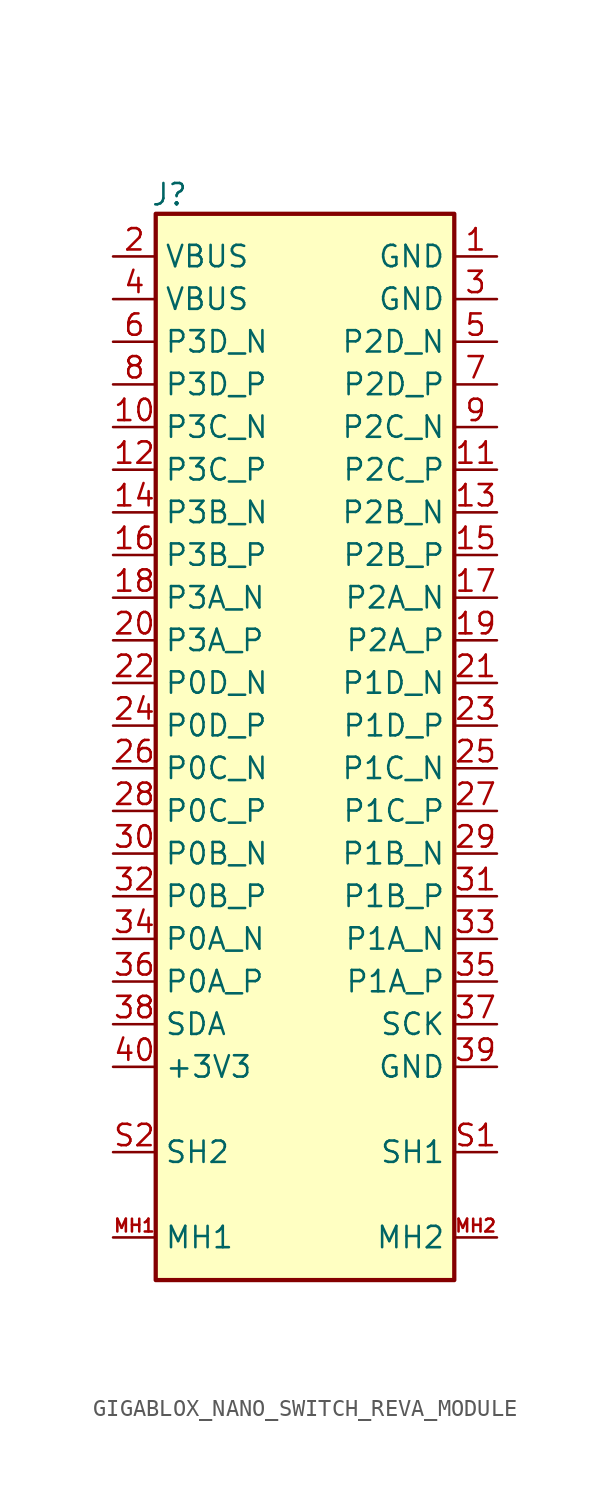
<source format=kicad_sym>
(kicad_symbol_lib
  (version 20220914)
  (generator kicad_symbol_editor)
  (symbol "GIGABLOX_NANO_SWITCH_REVA_MODULE"
    (property "Reference" "J"
      (at 0.82 64.645 0)
      (effects (font (size 1.27 1.27))))
    (property "Value" ""
      (at 0 12.7 0)
      (effects (font (size 1.27 1.27))))
    (symbol "GIGABLOX_NANO_SWITCH_REVA_MODULE_1_1"
      (rectangle (start 0 63.5) (end 17.78 0) (stroke (width 0.254) (type default)) (fill (type background)))
      (pin power_in line (at 20.32 60.96 180) (length 2.54) (name "GND" (effects (font (size 1.27 1.27)))) (number "1" (effects (font (size 1.27 1.27)))))
      (pin passive line (at -2.54 50.8 0) (length 2.54) (name "P3C_N" (effects (font (size 1.27 1.27)))) (number "10" (effects (font (size 1.27 1.27)))))
      (pin passive line (at 20.32 48.26 180) (length 2.54) (name "P2C_P" (effects (font (size 1.27 1.27)))) (number "11" (effects (font (size 1.27 1.27)))))
      (pin passive line (at -2.54 48.26 0) (length 2.54) (name "P3C_P" (effects (font (size 1.27 1.27)))) (number "12" (effects (font (size 1.27 1.27)))))
      (pin passive line (at 20.32 45.72 180) (length 2.54) (name "P2B_N" (effects (font (size 1.27 1.27)))) (number "13" (effects (font (size 1.27 1.27)))))
      (pin passive line (at -2.54 45.72 0) (length 2.54) (name "P3B_N" (effects (font (size 1.27 1.27)))) (number "14" (effects (font (size 1.27 1.27)))))
      (pin passive line (at 20.32 43.18 180) (length 2.54) (name "P2B_P" (effects (font (size 1.27 1.27)))) (number "15" (effects (font (size 1.27 1.27)))))
      (pin passive line (at -2.54 43.18 0) (length 2.54) (name "P3B_P" (effects (font (size 1.27 1.27)))) (number "16" (effects (font (size 1.27 1.27)))))
      (pin passive line (at 20.32 40.64 180) (length 2.54) (name "P2A_N" (effects (font (size 1.27 1.27)))) (number "17" (effects (font (size 1.27 1.27)))))
      (pin passive line (at -2.54 40.64 0) (length 2.54) (name "P3A_N" (effects (font (size 1.27 1.27)))) (number "18" (effects (font (size 1.27 1.27)))))
      (pin passive line (at 20.32 38.1 180) (length 2.54) (name "P2A_P" (effects (font (size 1.27 1.27)))) (number "19" (effects (font (size 1.27 1.27)))))
      (pin power_in line (at -2.54 60.96 0) (length 2.54) (name "VBUS" (effects (font (size 1.27 1.27)))) (number "2" (effects (font (size 1.27 1.27)))))
      (pin passive line (at -2.54 38.1 0) (length 2.54) (name "P3A_P" (effects (font (size 1.27 1.27)))) (number "20" (effects (font (size 1.27 1.27)))))
      (pin passive line (at 20.32 35.56 180) (length 2.54) (name "P1D_N" (effects (font (size 1.27 1.27)))) (number "21" (effects (font (size 1.27 1.27)))))
      (pin passive line (at -2.54 35.56 0) (length 2.54) (name "P0D_N" (effects (font (size 1.27 1.27)))) (number "22" (effects (font (size 1.27 1.27)))))
      (pin passive line (at 20.32 33.02 180) (length 2.54) (name "P1D_P" (effects (font (size 1.27 1.27)))) (number "23" (effects (font (size 1.27 1.27)))))
      (pin passive line (at -2.54 33.02 0) (length 2.54) (name "P0D_P" (effects (font (size 1.27 1.27)))) (number "24" (effects (font (size 1.27 1.27)))))
      (pin passive line (at 20.32 30.48 180) (length 2.54) (name "P1C_N" (effects (font (size 1.27 1.27)))) (number "25" (effects (font (size 1.27 1.27)))))
      (pin passive line (at -2.54 30.48 0) (length 2.54) (name "P0C_N" (effects (font (size 1.27 1.27)))) (number "26" (effects (font (size 1.27 1.27)))))
      (pin passive line (at 20.32 27.94 180) (length 2.54) (name "P1C_P" (effects (font (size 1.27 1.27)))) (number "27" (effects (font (size 1.27 1.27)))))
      (pin passive line (at -2.54 27.94 0) (length 2.54) (name "P0C_P" (effects (font (size 1.27 1.27)))) (number "28" (effects (font (size 1.27 1.27)))))
      (pin passive line (at 20.32 25.4 180) (length 2.54) (name "P1B_N" (effects (font (size 1.27 1.27)))) (number "29" (effects (font (size 1.27 1.27)))))
      (pin power_in line (at 20.32 58.42 180) (length 2.54) (name "GND" (effects (font (size 1.27 1.27)))) (number "3" (effects (font (size 1.27 1.27)))))
      (pin passive line (at -2.54 25.4 0) (length 2.54) (name "P0B_N" (effects (font (size 1.27 1.27)))) (number "30" (effects (font (size 1.27 1.27)))))
      (pin passive line (at 20.32 22.86 180) (length 2.54) (name "P1B_P" (effects (font (size 1.27 1.27)))) (number "31" (effects (font (size 1.27 1.27)))))
      (pin passive line (at -2.54 22.86 0) (length 2.54) (name "P0B_P" (effects (font (size 1.27 1.27)))) (number "32" (effects (font (size 1.27 1.27)))))
      (pin passive line (at 20.32 20.32 180) (length 2.54) (name "P1A_N" (effects (font (size 1.27 1.27)))) (number "33" (effects (font (size 1.27 1.27)))))
      (pin passive line (at -2.54 20.32 0) (length 2.54) (name "P0A_N" (effects (font (size 1.27 1.27)))) (number "34" (effects (font (size 1.27 1.27)))))
      (pin passive line (at 20.32 17.78 180) (length 2.54) (name "P1A_P" (effects (font (size 1.27 1.27)))) (number "35" (effects (font (size 1.27 1.27)))))
      (pin passive line (at -2.54 17.78 0) (length 2.54) (name "P0A_P" (effects (font (size 1.27 1.27)))) (number "36" (effects (font (size 1.27 1.27)))))
      (pin passive line (at 20.32 15.24 180) (length 2.54) (name "SCK" (effects (font (size 1.27 1.27)))) (number "37" (effects (font (size 1.27 1.27)))))
      (pin passive line (at -2.54 15.24 0) (length 2.54) (name "SDA" (effects (font (size 1.27 1.27)))) (number "38" (effects (font (size 1.27 1.27)))))
      (pin power_in line (at 20.32 12.7 180) (length 2.54) (name "GND" (effects (font (size 1.27 1.27)))) (number "39" (effects (font (size 1.27 1.27)))))
      (pin power_in line (at -2.54 58.42 0) (length 2.54) (name "VBUS" (effects (font (size 1.27 1.27)))) (number "4" (effects (font (size 1.27 1.27)))))
      (pin passive line (at -2.54 12.7 0) (length 2.54) (name "+3V3" (effects (font (size 1.27 1.27)))) (number "40" (effects (font (size 1.27 1.27)))))
      (pin passive line (at 20.32 55.88 180) (length 2.54) (name "P2D_N" (effects (font (size 1.27 1.27)))) (number "5" (effects (font (size 1.27 1.27)))))
      (pin passive line (at -2.54 55.88 0) (length 2.54) (name "P3D_N" (effects (font (size 1.27 1.27)))) (number "6" (effects (font (size 1.27 1.27)))))
      (pin passive line (at 20.32 53.34 180) (length 2.54) (name "P2D_P" (effects (font (size 1.27 1.27)))) (number "7" (effects (font (size 1.27 1.27)))))
      (pin passive line (at -2.54 53.34 0) (length 2.54) (name "P3D_P" (effects (font (size 1.27 1.27)))) (number "8" (effects (font (size 1.27 1.27)))))
      (pin passive line (at 20.32 50.8 180) (length 2.54) (name "P2C_N" (effects (font (size 1.27 1.27)))) (number "9" (effects (font (size 1.27 1.27)))))
      (pin passive line (at -2.54 2.54 0) (length 2.54) (name "MH1" (effects (font (size 1.27 1.27)))) (number "MH1" (effects (font (size 0.762 0.762)))))
      (pin passive line (at 20.32 2.54 180) (length 2.54) (name "MH2" (effects (font (size 1.27 1.27)))) (number "MH2" (effects (font (size 0.762 0.762)))))
      (pin passive line (at 20.32 7.62 180) (length 2.54) (name "SH1" (effects (font (size 1.27 1.27)))) (number "S1" (effects (font (size 1.27 1.27)))))
      (pin passive line (at -2.54 7.62 0) (length 2.54) (name "SH2" (effects (font (size 1.27 1.27)))) (number "S2" (effects (font (size 1.27 1.27))))))))
</source>
